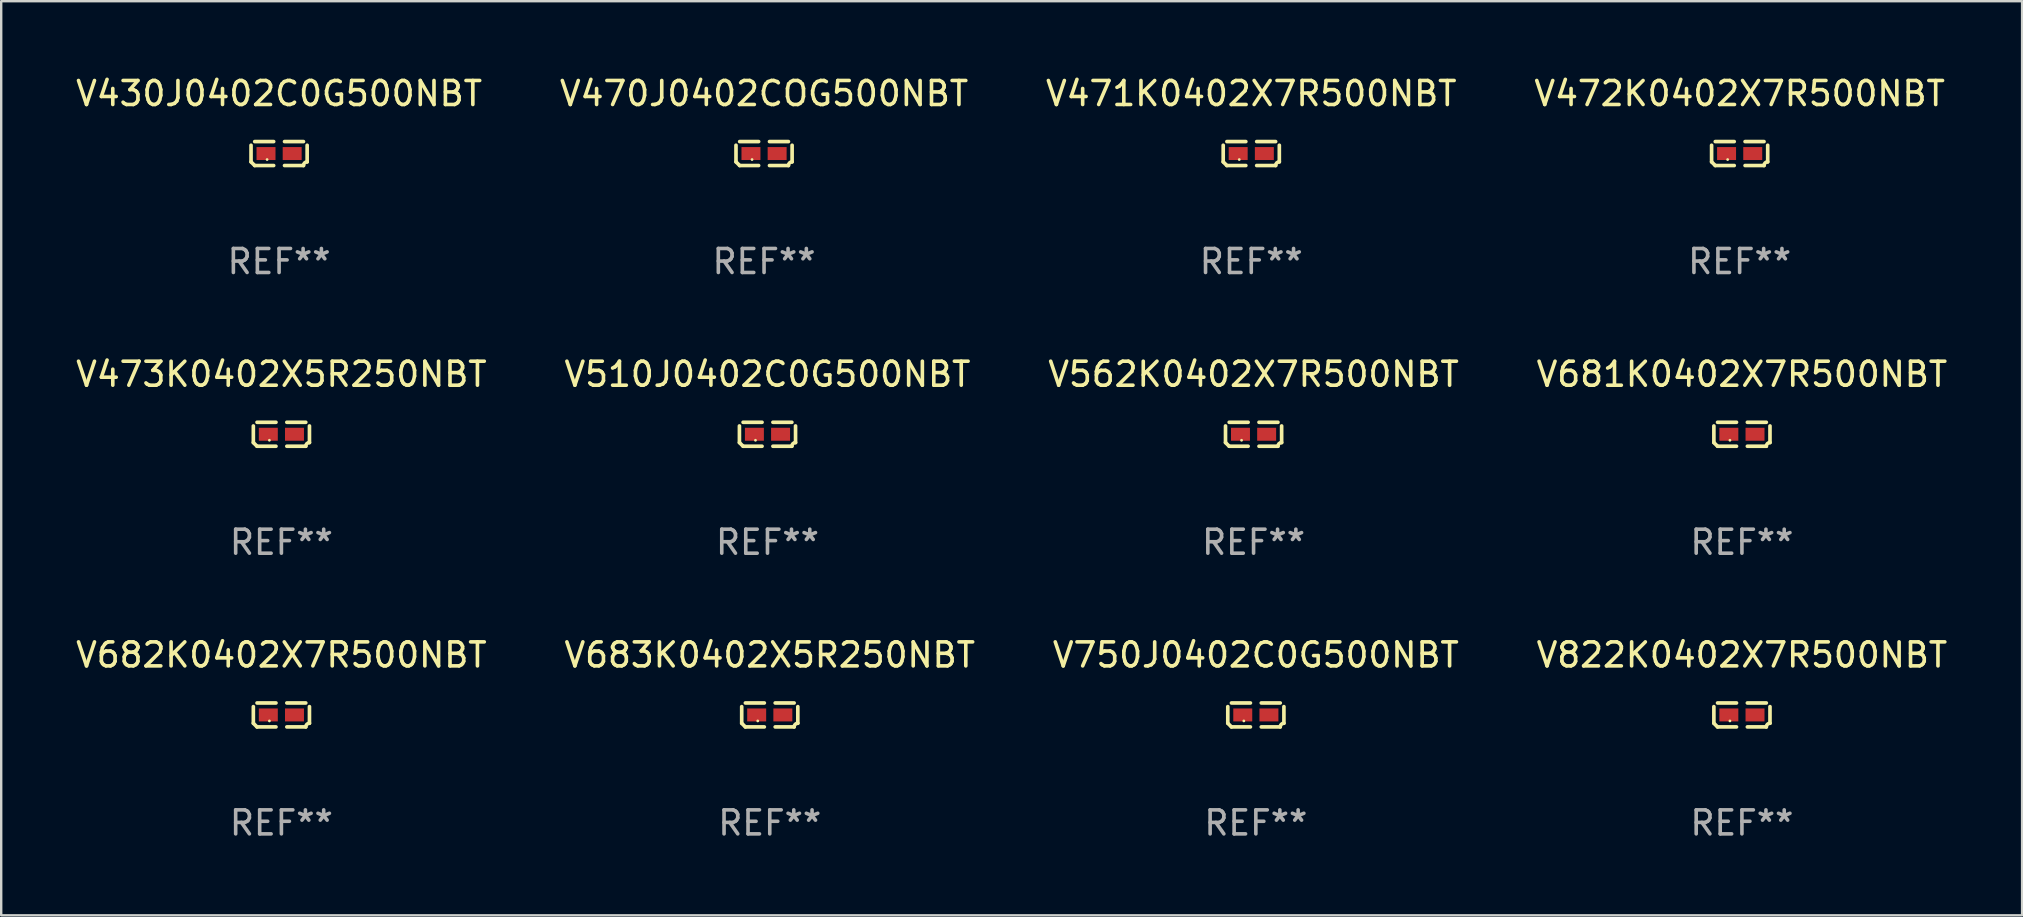
<source format=kicad_pcb>
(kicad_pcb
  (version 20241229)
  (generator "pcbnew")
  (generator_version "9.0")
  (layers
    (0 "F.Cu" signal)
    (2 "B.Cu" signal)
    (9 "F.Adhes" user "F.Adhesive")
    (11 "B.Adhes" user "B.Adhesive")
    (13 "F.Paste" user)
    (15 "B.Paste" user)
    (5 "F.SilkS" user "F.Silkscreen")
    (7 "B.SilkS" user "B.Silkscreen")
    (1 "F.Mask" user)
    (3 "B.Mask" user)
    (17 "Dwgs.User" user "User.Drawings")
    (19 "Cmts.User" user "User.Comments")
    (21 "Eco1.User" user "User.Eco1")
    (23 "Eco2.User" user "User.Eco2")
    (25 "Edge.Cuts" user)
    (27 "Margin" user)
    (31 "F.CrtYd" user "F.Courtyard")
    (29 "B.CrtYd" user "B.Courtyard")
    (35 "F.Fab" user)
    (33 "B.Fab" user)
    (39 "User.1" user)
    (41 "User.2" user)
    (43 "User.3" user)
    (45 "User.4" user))
  (footprint "V562K0402X7R500NBT"
    (layer "F.Cu")
    (at 49.173 15.041)
    (property "Reference" "V562K0402X7R500NBT" (at 0 -2.499 0) (layer "F.SilkS") (effects (font (size 1 1) (thickness 0.15))))
    (attr through_hole)
    (fp_line (start -1.169 0.346) (end -1.169 -0.346) (stroke (width 0.152) (type solid)) (layer "F.SilkS"))
    (fp_line (start -1.016 -0.499) (end -0.226 -0.499) (stroke (width 0.152) (type solid)) (layer "F.SilkS"))
    (fp_line (start -0.226 0.499) (end -1.016 0.499) (stroke (width 0.152) (type solid)) (layer "F.SilkS"))
    (fp_line (start 0.226 0.499) (end 1.016 0.499) (stroke (width 0.152) (type solid)) (layer "F.SilkS"))
    (fp_line (start 1.016 -0.499) (end 0.226 -0.499) (stroke (width 0.152) (type solid)) (layer "F.SilkS"))
    (fp_line (start 1.169 0.346) (end 1.169 -0.346) (stroke (width 0.152) (type solid)) (layer "F.SilkS"))
    (fp_arc (start -1.016307 0.498603) (mid -1.092512 0.422405) (end -1.16871 0.3462) (stroke (width 0.1524) (type solid)) (layer "F.SilkS"))
    (fp_arc (start 1.016307 0.498603) (mid 1.060899 0.390758) (end 1.168707 0.346076) (stroke (width 0.1524) (type solid)) (layer "F.SilkS"))
    (fp_circle (center -0.5 0.25) (end -0.47 0.25) (stroke (width 0.06) (type solid)) (fill no) (layer "F.SilkS"))
    (fp_text user "REF**" (at 0 4.499 0) (layer "F.Fab") (effects (font (size 1 1) (thickness 0.15))))
    (pad "1" smd rect (at -0.545 0) (size 0.79 0.54) (layers "F.Cu" "F.Mask" "F.Paste"))
    (pad "2" smd rect (at 0.545 0) (size 0.79 0.54) (layers "F.Cu" "F.Mask" "F.Paste")))
  (footprint "V822K0402X7R500NBT"
    (layer "F.Cu")
    (at 69.518 26.734)
    (property "Reference" "V822K0402X7R500NBT" (at 0 -2.499 0) (layer "F.SilkS") (effects (font (size 1 1) (thickness 0.15))))
    (attr through_hole)
    (fp_line (start -1.169 0.346) (end -1.169 -0.346) (stroke (width 0.152) (type solid)) (layer "F.SilkS"))
    (fp_line (start -1.016 -0.499) (end -0.226 -0.499) (stroke (width 0.152) (type solid)) (layer "F.SilkS"))
    (fp_line (start -0.226 0.499) (end -1.016 0.499) (stroke (width 0.152) (type solid)) (layer "F.SilkS"))
    (fp_line (start 0.226 0.499) (end 1.016 0.499) (stroke (width 0.152) (type solid)) (layer "F.SilkS"))
    (fp_line (start 1.016 -0.499) (end 0.226 -0.499) (stroke (width 0.152) (type solid)) (layer "F.SilkS"))
    (fp_line (start 1.169 0.346) (end 1.169 -0.346) (stroke (width 0.152) (type solid)) (layer "F.SilkS"))
    (fp_arc (start -1.016307 0.498603) (mid -1.092512 0.422405) (end -1.16871 0.3462) (stroke (width 0.1524) (type solid)) (layer "F.SilkS"))
    (fp_arc (start 1.016307 0.498603) (mid 1.060899 0.390758) (end 1.168707 0.346076) (stroke (width 0.1524) (type solid)) (layer "F.SilkS"))
    (fp_circle (center -0.5 0.25) (end -0.47 0.25) (stroke (width 0.06) (type solid)) (fill no) (layer "F.SilkS"))
    (fp_text user "REF**" (at 0 4.499 0) (layer "F.Fab") (effects (font (size 1 1) (thickness 0.15))))
    (pad "1" smd rect (at -0.545 0) (size 0.79 0.54) (layers "F.Cu" "F.Mask" "F.Paste"))
    (pad "2" smd rect (at 0.545 0) (size 0.79 0.54) (layers "F.Cu" "F.Mask" "F.Paste")))
  (footprint "V471K0402X7R500NBT"
    (layer "F.Cu")
    (at 49.077 3.347)
    (property "Reference" "V471K0402X7R500NBT" (at 0 -2.499 0) (layer "F.SilkS") (effects (font (size 1 1) (thickness 0.15))))
    (attr through_hole)
    (fp_line (start -1.169 0.346) (end -1.169 -0.346) (stroke (width 0.152) (type solid)) (layer "F.SilkS"))
    (fp_line (start -1.016 -0.499) (end -0.226 -0.499) (stroke (width 0.152) (type solid)) (layer "F.SilkS"))
    (fp_line (start -0.226 0.499) (end -1.016 0.499) (stroke (width 0.152) (type solid)) (layer "F.SilkS"))
    (fp_line (start 0.226 0.499) (end 1.016 0.499) (stroke (width 0.152) (type solid)) (layer "F.SilkS"))
    (fp_line (start 1.016 -0.499) (end 0.226 -0.499) (stroke (width 0.152) (type solid)) (layer "F.SilkS"))
    (fp_line (start 1.169 0.346) (end 1.169 -0.346) (stroke (width 0.152) (type solid)) (layer "F.SilkS"))
    (fp_arc (start -1.016307 0.498603) (mid -1.092512 0.422405) (end -1.16871 0.3462) (stroke (width 0.1524) (type solid)) (layer "F.SilkS"))
    (fp_arc (start 1.016307 0.498603) (mid 1.060899 0.390758) (end 1.168707 0.346076) (stroke (width 0.1524) (type solid)) (layer "F.SilkS"))
    (fp_circle (center -0.5 0.25) (end -0.47 0.25) (stroke (width 0.06) (type solid)) (fill no) (layer "F.SilkS"))
    (fp_text user "REF**" (at 0 4.499 0) (layer "F.Fab") (effects (font (size 1 1) (thickness 0.15))))
    (pad "1" smd rect (at -0.545 0) (size 0.79 0.54) (layers "F.Cu" "F.Mask" "F.Paste"))
    (pad "2" smd rect (at 0.545 0) (size 0.79 0.54) (layers "F.Cu" "F.Mask" "F.Paste")))
  (footprint "V430J0402C0G500NBT"
    (layer "F.Cu")
    (at 8.577 3.347)
    (property "Reference" "V430J0402C0G500NBT" (at 0 -2.499 0) (layer "F.SilkS") (effects (font (size 1 1) (thickness 0.15))))
    (attr through_hole)
    (fp_line (start -1.169 0.346) (end -1.169 -0.346) (stroke (width 0.152) (type solid)) (layer "F.SilkS"))
    (fp_line (start -1.016 -0.499) (end -0.226 -0.499) (stroke (width 0.152) (type solid)) (layer "F.SilkS"))
    (fp_line (start -0.226 0.499) (end -1.016 0.499) (stroke (width 0.152) (type solid)) (layer "F.SilkS"))
    (fp_line (start 0.226 0.499) (end 1.016 0.499) (stroke (width 0.152) (type solid)) (layer "F.SilkS"))
    (fp_line (start 1.016 -0.499) (end 0.226 -0.499) (stroke (width 0.152) (type solid)) (layer "F.SilkS"))
    (fp_line (start 1.169 0.346) (end 1.169 -0.346) (stroke (width 0.152) (type solid)) (layer "F.SilkS"))
    (fp_arc (start -1.016307 0.498603) (mid -1.092512 0.422405) (end -1.16871 0.3462) (stroke (width 0.1524) (type solid)) (layer "F.SilkS"))
    (fp_arc (start 1.016307 0.498603) (mid 1.060899 0.390758) (end 1.168707 0.346076) (stroke (width 0.1524) (type solid)) (layer "F.SilkS"))
    (fp_circle (center -0.5 0.25) (end -0.47 0.25) (stroke (width 0.06) (type solid)) (fill no) (layer "F.SilkS"))
    (fp_text user "REF**" (at 0 4.499 0) (layer "F.Fab") (effects (font (size 1 1) (thickness 0.15))))
    (pad "1" smd rect (at -0.545 0) (size 0.79 0.54) (layers "F.Cu" "F.Mask" "F.Paste"))
    (pad "2" smd rect (at 0.545 0) (size 0.79 0.54) (layers "F.Cu" "F.Mask" "F.Paste")))
  (footprint "V472K0402X7R500NBT"
    (layer "F.Cu")
    (at 69.423 3.347)
    (property "Reference" "V472K0402X7R500NBT" (at 0 -2.499 0) (layer "F.SilkS") (effects (font (size 1 1) (thickness 0.15))))
    (attr through_hole)
    (fp_line (start -1.169 0.346) (end -1.169 -0.346) (stroke (width 0.152) (type solid)) (layer "F.SilkS"))
    (fp_line (start -1.016 -0.499) (end -0.226 -0.499) (stroke (width 0.152) (type solid)) (layer "F.SilkS"))
    (fp_line (start -0.226 0.499) (end -1.016 0.499) (stroke (width 0.152) (type solid)) (layer "F.SilkS"))
    (fp_line (start 0.226 0.499) (end 1.016 0.499) (stroke (width 0.152) (type solid)) (layer "F.SilkS"))
    (fp_line (start 1.016 -0.499) (end 0.226 -0.499) (stroke (width 0.152) (type solid)) (layer "F.SilkS"))
    (fp_line (start 1.169 0.346) (end 1.169 -0.346) (stroke (width 0.152) (type solid)) (layer "F.SilkS"))
    (fp_arc (start -1.016307 0.498603) (mid -1.092512 0.422405) (end -1.16871 0.3462) (stroke (width 0.1524) (type solid)) (layer "F.SilkS"))
    (fp_arc (start 1.016307 0.498603) (mid 1.060899 0.390758) (end 1.168707 0.346076) (stroke (width 0.1524) (type solid)) (layer "F.SilkS"))
    (fp_circle (center -0.5 0.25) (end -0.47 0.25) (stroke (width 0.06) (type solid)) (fill no) (layer "F.SilkS"))
    (fp_text user "REF**" (at 0 4.499 0) (layer "F.Fab") (effects (font (size 1 1) (thickness 0.15))))
    (pad "1" smd rect (at -0.545 0) (size 0.79 0.54) (layers "F.Cu" "F.Mask" "F.Paste"))
    (pad "2" smd rect (at 0.545 0) (size 0.79 0.54) (layers "F.Cu" "F.Mask" "F.Paste")))
  (footprint "V510J0402C0G500NBT"
    (layer "F.Cu")
    (at 28.923 15.041)
    (property "Reference" "V510J0402C0G500NBT" (at 0 -2.499 0) (layer "F.SilkS") (effects (font (size 1 1) (thickness 0.15))))
    (attr through_hole)
    (fp_line (start -1.169 0.346) (end -1.169 -0.346) (stroke (width 0.152) (type solid)) (layer "F.SilkS"))
    (fp_line (start -1.016 -0.499) (end -0.226 -0.499) (stroke (width 0.152) (type solid)) (layer "F.SilkS"))
    (fp_line (start -0.226 0.499) (end -1.016 0.499) (stroke (width 0.152) (type solid)) (layer "F.SilkS"))
    (fp_line (start 0.226 0.499) (end 1.016 0.499) (stroke (width 0.152) (type solid)) (layer "F.SilkS"))
    (fp_line (start 1.016 -0.499) (end 0.226 -0.499) (stroke (width 0.152) (type solid)) (layer "F.SilkS"))
    (fp_line (start 1.169 0.346) (end 1.169 -0.346) (stroke (width 0.152) (type solid)) (layer "F.SilkS"))
    (fp_arc (start -1.016307 0.498603) (mid -1.092512 0.422405) (end -1.16871 0.3462) (stroke (width 0.1524) (type solid)) (layer "F.SilkS"))
    (fp_arc (start 1.016307 0.498603) (mid 1.060899 0.390758) (end 1.168707 0.346076) (stroke (width 0.1524) (type solid)) (layer "F.SilkS"))
    (fp_circle (center -0.5 0.25) (end -0.47 0.25) (stroke (width 0.06) (type solid)) (fill no) (layer "F.SilkS"))
    (fp_text user "REF**" (at 0 4.499 0) (layer "F.Fab") (effects (font (size 1 1) (thickness 0.15))))
    (pad "1" smd rect (at -0.545 0) (size 0.79 0.54) (layers "F.Cu" "F.Mask" "F.Paste"))
    (pad "2" smd rect (at 0.545 0) (size 0.79 0.54) (layers "F.Cu" "F.Mask" "F.Paste")))
  (footprint "V473K0402X5R250NBT"
    (layer "F.Cu")
    (at 8.673 15.041)
    (property "Reference" "V473K0402X5R250NBT" (at 0 -2.499 0) (layer "F.SilkS") (effects (font (size 1 1) (thickness 0.15))))
    (attr through_hole)
    (fp_line (start -1.169 0.346) (end -1.169 -0.346) (stroke (width 0.152) (type solid)) (layer "F.SilkS"))
    (fp_line (start -1.016 -0.499) (end -0.226 -0.499) (stroke (width 0.152) (type solid)) (layer "F.SilkS"))
    (fp_line (start -0.226 0.499) (end -1.016 0.499) (stroke (width 0.152) (type solid)) (layer "F.SilkS"))
    (fp_line (start 0.226 0.499) (end 1.016 0.499) (stroke (width 0.152) (type solid)) (layer "F.SilkS"))
    (fp_line (start 1.016 -0.499) (end 0.226 -0.499) (stroke (width 0.152) (type solid)) (layer "F.SilkS"))
    (fp_line (start 1.169 0.346) (end 1.169 -0.346) (stroke (width 0.152) (type solid)) (layer "F.SilkS"))
    (fp_arc (start -1.016307 0.498603) (mid -1.092512 0.422405) (end -1.16871 0.3462) (stroke (width 0.1524) (type solid)) (layer "F.SilkS"))
    (fp_arc (start 1.016307 0.498603) (mid 1.060899 0.390758) (end 1.168707 0.346076) (stroke (width 0.1524) (type solid)) (layer "F.SilkS"))
    (fp_circle (center -0.5 0.25) (end -0.47 0.25) (stroke (width 0.06) (type solid)) (fill no) (layer "F.SilkS"))
    (fp_text user "REF**" (at 0 4.499 0) (layer "F.Fab") (effects (font (size 1 1) (thickness 0.15))))
    (pad "1" smd rect (at -0.545 0) (size 0.79 0.54) (layers "F.Cu" "F.Mask" "F.Paste"))
    (pad "2" smd rect (at 0.545 0) (size 0.79 0.54) (layers "F.Cu" "F.Mask" "F.Paste")))
  (footprint "V470J0402COG500NBT"
    (layer "F.Cu")
    (at 28.78 3.347)
    (property "Reference" "V470J0402COG500NBT" (at 0 -2.499 0) (layer "F.SilkS") (effects (font (size 1 1) (thickness 0.15))))
    (attr through_hole)
    (fp_line (start -1.169 0.346) (end -1.169 -0.346) (stroke (width 0.152) (type solid)) (layer "F.SilkS"))
    (fp_line (start -1.016 -0.499) (end -0.226 -0.499) (stroke (width 0.152) (type solid)) (layer "F.SilkS"))
    (fp_line (start -0.226 0.499) (end -1.016 0.499) (stroke (width 0.152) (type solid)) (layer "F.SilkS"))
    (fp_line (start 0.226 0.499) (end 1.016 0.499) (stroke (width 0.152) (type solid)) (layer "F.SilkS"))
    (fp_line (start 1.016 -0.499) (end 0.226 -0.499) (stroke (width 0.152) (type solid)) (layer "F.SilkS"))
    (fp_line (start 1.169 0.346) (end 1.169 -0.346) (stroke (width 0.152) (type solid)) (layer "F.SilkS"))
    (fp_arc (start -1.016307 0.498603) (mid -1.092512 0.422405) (end -1.16871 0.3462) (stroke (width 0.1524) (type solid)) (layer "F.SilkS"))
    (fp_arc (start 1.016307 0.498603) (mid 1.060899 0.390758) (end 1.168707 0.346076) (stroke (width 0.1524) (type solid)) (layer "F.SilkS"))
    (fp_circle (center -0.5 0.25) (end -0.47 0.25) (stroke (width 0.06) (type solid)) (fill no) (layer "F.SilkS"))
    (fp_text user "REF**" (at 0 4.499 0) (layer "F.Fab") (effects (font (size 1 1) (thickness 0.15))))
    (pad "1" smd rect (at -0.545 0) (size 0.79 0.54) (layers "F.Cu" "F.Mask" "F.Paste"))
    (pad "2" smd rect (at 0.545 0) (size 0.79 0.54) (layers "F.Cu" "F.Mask" "F.Paste")))
  (footprint "V681K0402X7R500NBT"
    (layer "F.Cu")
    (at 69.518 15.041)
    (property "Reference" "V681K0402X7R500NBT" (at 0 -2.499 0) (layer "F.SilkS") (effects (font (size 1 1) (thickness 0.15))))
    (attr through_hole)
    (fp_line (start -1.169 0.346) (end -1.169 -0.346) (stroke (width 0.152) (type solid)) (layer "F.SilkS"))
    (fp_line (start -1.016 -0.499) (end -0.226 -0.499) (stroke (width 0.152) (type solid)) (layer "F.SilkS"))
    (fp_line (start -0.226 0.499) (end -1.016 0.499) (stroke (width 0.152) (type solid)) (layer "F.SilkS"))
    (fp_line (start 0.226 0.499) (end 1.016 0.499) (stroke (width 0.152) (type solid)) (layer "F.SilkS"))
    (fp_line (start 1.016 -0.499) (end 0.226 -0.499) (stroke (width 0.152) (type solid)) (layer "F.SilkS"))
    (fp_line (start 1.169 0.346) (end 1.169 -0.346) (stroke (width 0.152) (type solid)) (layer "F.SilkS"))
    (fp_arc (start -1.016307 0.498603) (mid -1.092512 0.422405) (end -1.16871 0.3462) (stroke (width 0.1524) (type solid)) (layer "F.SilkS"))
    (fp_arc (start 1.016307 0.498603) (mid 1.060899 0.390758) (end 1.168707 0.346076) (stroke (width 0.1524) (type solid)) (layer "F.SilkS"))
    (fp_circle (center -0.5 0.25) (end -0.47 0.25) (stroke (width 0.06) (type solid)) (fill no) (layer "F.SilkS"))
    (fp_text user "REF**" (at 0 4.499 0) (layer "F.Fab") (effects (font (size 1 1) (thickness 0.15))))
    (pad "1" smd rect (at -0.545 0) (size 0.79 0.54) (layers "F.Cu" "F.Mask" "F.Paste"))
    (pad "2" smd rect (at 0.545 0) (size 0.79 0.54) (layers "F.Cu" "F.Mask" "F.Paste")))
  (footprint "V682K0402X7R500NBT"
    (layer "F.Cu")
    (at 8.673 26.734)
    (property "Reference" "V682K0402X7R500NBT" (at 0 -2.499 0) (layer "F.SilkS") (effects (font (size 1 1) (thickness 0.15))))
    (attr through_hole)
    (fp_line (start -1.169 0.346) (end -1.169 -0.346) (stroke (width 0.152) (type solid)) (layer "F.SilkS"))
    (fp_line (start -1.016 -0.499) (end -0.226 -0.499) (stroke (width 0.152) (type solid)) (layer "F.SilkS"))
    (fp_line (start -0.226 0.499) (end -1.016 0.499) (stroke (width 0.152) (type solid)) (layer "F.SilkS"))
    (fp_line (start 0.226 0.499) (end 1.016 0.499) (stroke (width 0.152) (type solid)) (layer "F.SilkS"))
    (fp_line (start 1.016 -0.499) (end 0.226 -0.499) (stroke (width 0.152) (type solid)) (layer "F.SilkS"))
    (fp_line (start 1.169 0.346) (end 1.169 -0.346) (stroke (width 0.152) (type solid)) (layer "F.SilkS"))
    (fp_arc (start -1.016307 0.498603) (mid -1.092512 0.422405) (end -1.16871 0.3462) (stroke (width 0.1524) (type solid)) (layer "F.SilkS"))
    (fp_arc (start 1.016307 0.498603) (mid 1.060899 0.390758) (end 1.168707 0.346076) (stroke (width 0.1524) (type solid)) (layer "F.SilkS"))
    (fp_circle (center -0.5 0.25) (end -0.47 0.25) (stroke (width 0.06) (type solid)) (fill no) (layer "F.SilkS"))
    (fp_text user "REF**" (at 0 4.499 0) (layer "F.Fab") (effects (font (size 1 1) (thickness 0.15))))
    (pad "1" smd rect (at -0.545 0) (size 0.79 0.54) (layers "F.Cu" "F.Mask" "F.Paste"))
    (pad "2" smd rect (at 0.545 0) (size 0.79 0.54) (layers "F.Cu" "F.Mask" "F.Paste")))
  (footprint "V750J0402C0G500NBT"
    (layer "F.Cu")
    (at 49.268 26.734)
    (property "Reference" "V750J0402C0G500NBT" (at 0 -2.499 0) (layer "F.SilkS") (effects (font (size 1 1) (thickness 0.15))))
    (attr through_hole)
    (fp_line (start -1.169 0.346) (end -1.169 -0.346) (stroke (width 0.152) (type solid)) (layer "F.SilkS"))
    (fp_line (start -1.016 -0.499) (end -0.226 -0.499) (stroke (width 0.152) (type solid)) (layer "F.SilkS"))
    (fp_line (start -0.226 0.499) (end -1.016 0.499) (stroke (width 0.152) (type solid)) (layer "F.SilkS"))
    (fp_line (start 0.226 0.499) (end 1.016 0.499) (stroke (width 0.152) (type solid)) (layer "F.SilkS"))
    (fp_line (start 1.016 -0.499) (end 0.226 -0.499) (stroke (width 0.152) (type solid)) (layer "F.SilkS"))
    (fp_line (start 1.169 0.346) (end 1.169 -0.346) (stroke (width 0.152) (type solid)) (layer "F.SilkS"))
    (fp_arc (start -1.016307 0.498603) (mid -1.092512 0.422405) (end -1.16871 0.3462) (stroke (width 0.1524) (type solid)) (layer "F.SilkS"))
    (fp_arc (start 1.016307 0.498603) (mid 1.060899 0.390758) (end 1.168707 0.346076) (stroke (width 0.1524) (type solid)) (layer "F.SilkS"))
    (fp_circle (center -0.5 0.25) (end -0.47 0.25) (stroke (width 0.06) (type solid)) (fill no) (layer "F.SilkS"))
    (fp_text user "REF**" (at 0 4.499 0) (layer "F.Fab") (effects (font (size 1 1) (thickness 0.15))))
    (pad "1" smd rect (at -0.545 0) (size 0.79 0.54) (layers "F.Cu" "F.Mask" "F.Paste"))
    (pad "2" smd rect (at 0.545 0) (size 0.79 0.54) (layers "F.Cu" "F.Mask" "F.Paste")))
  (footprint "V683K0402X5R250NBT"
    (layer "F.Cu")
    (at 29.018 26.734)
    (property "Reference" "V683K0402X5R250NBT" (at 0 -2.499 0) (layer "F.SilkS") (effects (font (size 1 1) (thickness 0.15))))
    (attr through_hole)
    (fp_line (start -1.169 0.346) (end -1.169 -0.346) (stroke (width 0.152) (type solid)) (layer "F.SilkS"))
    (fp_line (start -1.016 -0.499) (end -0.226 -0.499) (stroke (width 0.152) (type solid)) (layer "F.SilkS"))
    (fp_line (start -0.226 0.499) (end -1.016 0.499) (stroke (width 0.152) (type solid)) (layer "F.SilkS"))
    (fp_line (start 0.226 0.499) (end 1.016 0.499) (stroke (width 0.152) (type solid)) (layer "F.SilkS"))
    (fp_line (start 1.016 -0.499) (end 0.226 -0.499) (stroke (width 0.152) (type solid)) (layer "F.SilkS"))
    (fp_line (start 1.169 0.346) (end 1.169 -0.346) (stroke (width 0.152) (type solid)) (layer "F.SilkS"))
    (fp_arc (start -1.016307 0.498603) (mid -1.092512 0.422405) (end -1.16871 0.3462) (stroke (width 0.1524) (type solid)) (layer "F.SilkS"))
    (fp_arc (start 1.016307 0.498603) (mid 1.060899 0.390758) (end 1.168707 0.346076) (stroke (width 0.1524) (type solid)) (layer "F.SilkS"))
    (fp_circle (center -0.5 0.25) (end -0.47 0.25) (stroke (width 0.06) (type solid)) (fill no) (layer "F.SilkS"))
    (fp_text user "REF**" (at 0 4.499 0) (layer "F.Fab") (effects (font (size 1 1) (thickness 0.15))))
    (pad "1" smd rect (at -0.545 0) (size 0.79 0.54) (layers "F.Cu" "F.Mask" "F.Paste"))
    (pad "2" smd rect (at 0.545 0) (size 0.79 0.54) (layers "F.Cu" "F.Mask" "F.Paste")))
  (gr_rect
    (start -3 -3)
    (end 81.19 35.081)
    (stroke (width 0.1) (type default))
    (fill no)
    (layer "Edge.Cuts")))
</source>
